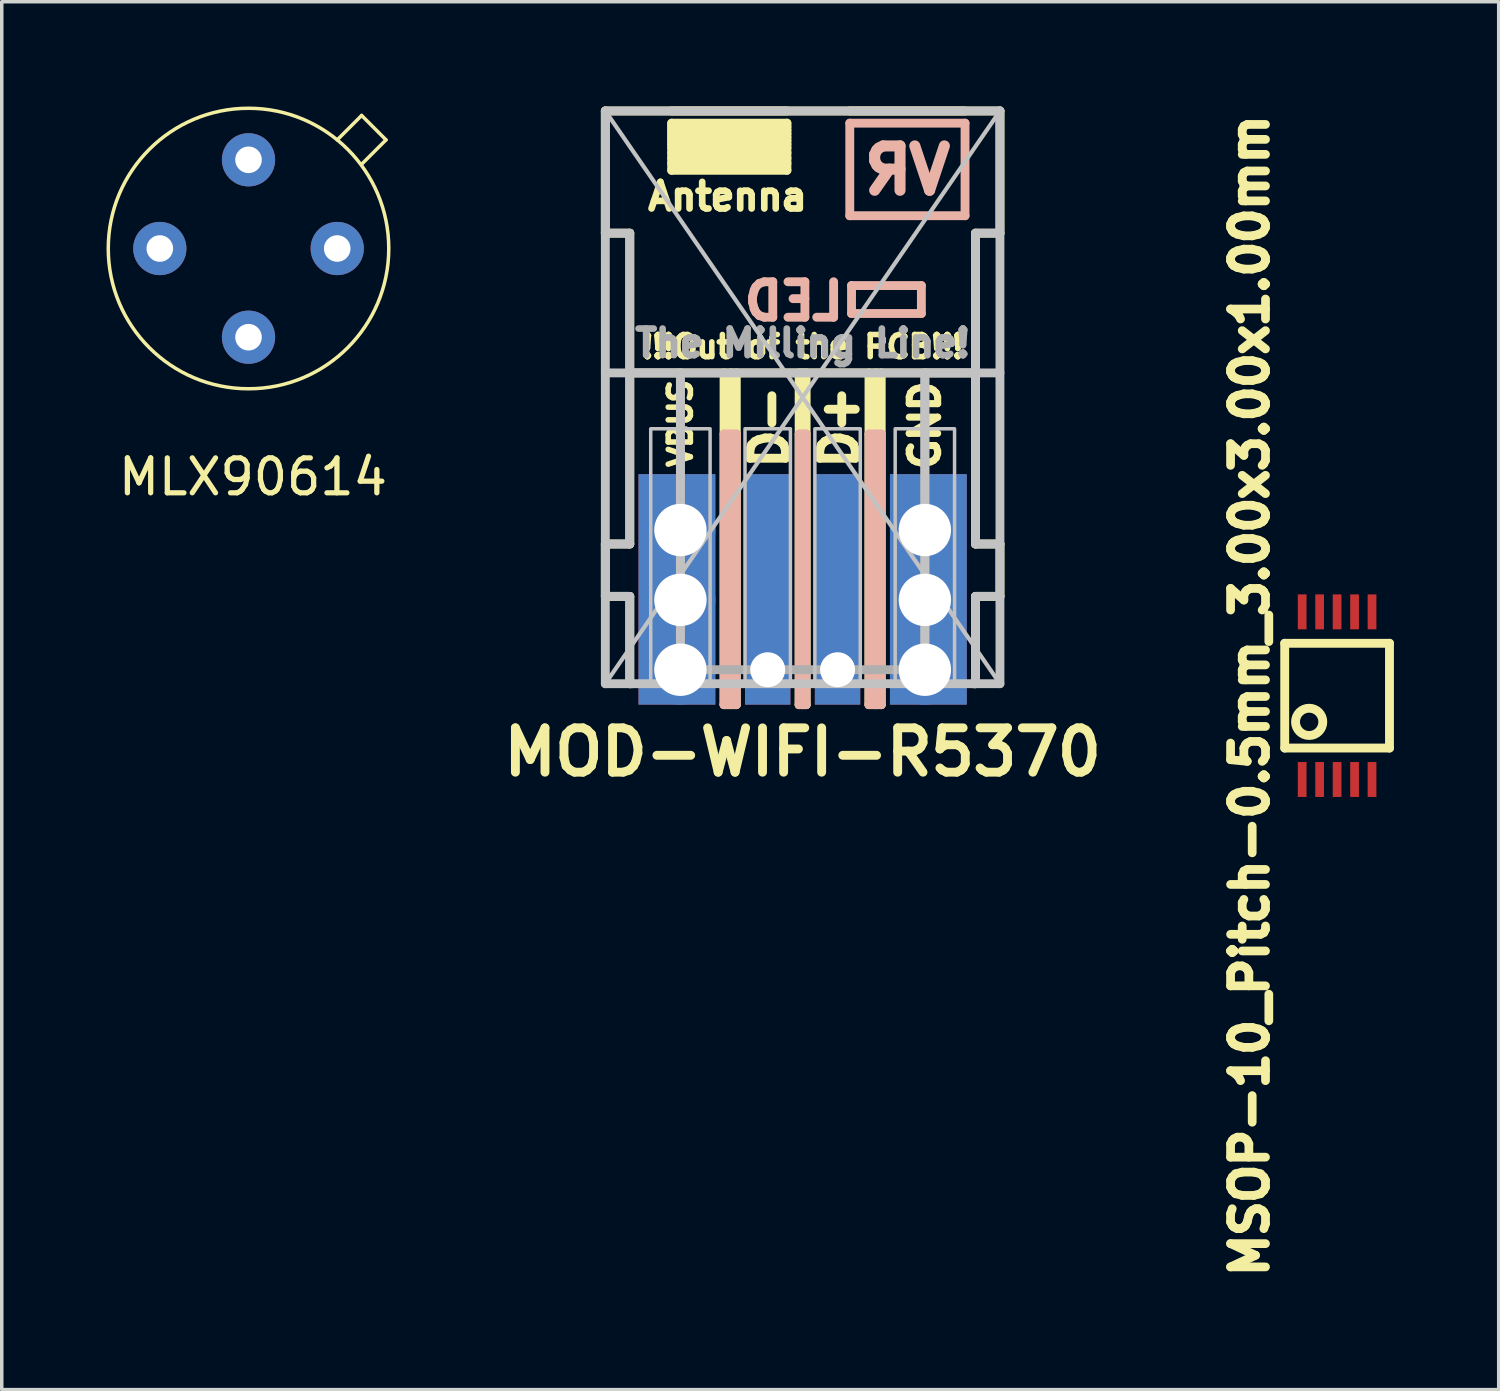
<source format=kicad_pcb>
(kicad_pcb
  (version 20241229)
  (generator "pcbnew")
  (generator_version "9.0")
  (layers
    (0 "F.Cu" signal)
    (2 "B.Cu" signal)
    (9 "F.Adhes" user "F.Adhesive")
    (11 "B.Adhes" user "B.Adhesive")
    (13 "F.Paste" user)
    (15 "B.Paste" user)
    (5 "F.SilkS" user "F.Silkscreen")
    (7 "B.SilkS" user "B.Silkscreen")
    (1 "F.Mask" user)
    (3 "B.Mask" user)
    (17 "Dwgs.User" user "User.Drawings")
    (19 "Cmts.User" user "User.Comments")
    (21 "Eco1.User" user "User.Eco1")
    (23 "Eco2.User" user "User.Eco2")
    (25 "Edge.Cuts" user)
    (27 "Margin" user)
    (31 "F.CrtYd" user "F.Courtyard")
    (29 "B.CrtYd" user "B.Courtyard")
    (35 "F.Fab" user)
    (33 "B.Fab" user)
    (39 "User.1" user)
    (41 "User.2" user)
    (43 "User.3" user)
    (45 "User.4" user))
  (footprint "MSOP-10_Pitch-0.5mm_3.00x3.00x1.00mm"
    (layer "F.Cu")
    (at 35.237 16.87)
    (property "Reference" "MSOP-10_Pitch-0.5mm_3.00x3.00x1.00mm" (at -2.5 0 90) (layer "F.SilkS") (effects (font (size 1 1) (thickness 0.25))))
    (attr smd)
    (fp_line (start -1.5 -1.5) (end -1.5 1.5) (stroke (width 0.254) (type solid)) (layer "F.SilkS"))
    (fp_line (start 1.5 -1.5) (end -1.5 -1.5) (stroke (width 0.254) (type solid)) (layer "F.SilkS"))
    (fp_line (start 1.5 1.5) (end -1.5 1.5) (stroke (width 0.254) (type solid)) (layer "F.SilkS"))
    (fp_line (start 1.5 1.5) (end 1.5 -1.5) (stroke (width 0.254) (type solid)) (layer "F.SilkS"))
    (fp_circle (center -0.8 0.75) (end -0.5 1) (stroke (width 0.254) (type solid)) (fill no) (layer "F.SilkS"))
    (pad "1" smd rect (at -1 2.4) (size 0.25 1) (layers "F.Cu" "F.Mask" "F.Paste"))
    (pad "2" smd rect (at -0.5 2.4) (size 0.25 1) (layers "F.Cu" "F.Mask" "F.Paste"))
    (pad "3" smd rect (at 0 2.4) (size 0.25 1) (layers "F.Cu" "F.Mask" "F.Paste"))
    (pad "4" smd rect (at 0.5 2.4) (size 0.25 1) (layers "F.Cu" "F.Mask" "F.Paste"))
    (pad "5" smd rect (at 1 2.4) (size 0.25 1) (layers "F.Cu" "F.Mask" "F.Paste"))
    (pad "6" smd rect (at 1 -2.4) (size 0.25 1) (layers "F.Cu" "F.Mask" "F.Paste"))
    (pad "7" smd rect (at 0.5 -2.4) (size 0.25 1) (layers "F.Cu" "F.Mask" "F.Paste"))
    (pad "8" smd rect (at 0 -2.4) (size 0.25 1) (layers "F.Cu" "F.Mask" "F.Paste"))
    (pad "9" smd rect (at -0.5 -2.4) (size 0.25 1) (layers "F.Cu" "F.Mask" "F.Paste"))
    (pad "10" smd rect (at -1 -2.4) (size 0.25 1) (layers "F.Cu" "F.Mask" "F.Paste")))
  (footprint "MLX90614"
    (layer "F.Cu")
    (at 4.066 4.066)
    (property "Reference" "MLX90614" (at 0.127 6.54 0) (layer "F.SilkS") (effects (font (size 1 1) (thickness 0.15))))
    (attr through_hole)
    (fp_line (start 2.54 -3.111) (end 3.239 -3.81) (stroke (width 0.1) (type solid)) (layer "F.SilkS"))
    (fp_line (start 3.239 -3.81) (end 3.937 -3.111) (stroke (width 0.1) (type solid)) (layer "F.SilkS"))
    (fp_line (start 3.937 -3.111) (end 3.239 -2.413) (stroke (width 0.1) (type solid)) (layer "F.SilkS"))
    (fp_circle (center 0 0) (end 3.81 1.27) (stroke (width 0.1) (type solid)) (fill no) (layer "F.SilkS"))
    (pad "1" thru_hole circle (at 0 -2.54) (size 1.524 1.524) (drill 0.762) (layers "*.Cu" "*.Mask"))
    (pad "2" thru_hole circle (at -2.54 0) (size 1.524 1.524) (drill 0.762) (layers "*.Cu" "*.Mask"))
    (pad "3" thru_hole circle (at 0 2.54) (size 1.524 1.524) (drill 0.762) (layers "*.Cu" "*.Mask"))
    (pad "4" thru_hole circle (at 2.54 0) (size 1.524 1.524) (drill 0.762) (layers "*.Cu" "*.Mask")))
  (footprint "MOD-WIFI-R5370"
    (layer "F.Cu")
    (at 19.933 8.327)
    (property "Reference" "MOD-WIFI-R5370" (at 0 10.16 0) (layer "F.SilkS") (effects (font (size 1.27 1.27) (thickness 0.254))))
    (attr through_hole)
    (fp_line (start -5.65 -8.2) (end -5.65 -4.7) (stroke (width 0.254) (type solid)) (layer "F.SilkS"))
    (fp_line (start -5.65 -8.2) (end 5.65 -8.2) (stroke (width 0.254) (type solid)) (layer "F.SilkS"))
    (fp_line (start -5.65 -4.7) (end -4.95 -4.7) (stroke (width 0.254) (type solid)) (layer "F.SilkS"))
    (fp_line (start -5.65 4.2) (end -4.95 4.2) (stroke (width 0.254) (type solid)) (layer "F.SilkS"))
    (fp_line (start -5.65 5.7) (end -5.65 4.2) (stroke (width 0.254) (type solid)) (layer "F.SilkS"))
    (fp_line (start -5.65 5.7) (end -4.95 5.7) (stroke (width 0.254) (type solid)) (layer "F.SilkS"))
    (fp_line (start -4.95 -4.7) (end -4.95 4.2) (stroke (width 0.254) (type solid)) (layer "F.SilkS"))
    (fp_line (start -4.95 5.7) (end -4.95 8.2) (stroke (width 0.254) (type solid)) (layer "F.SilkS"))
    (fp_line (start -4.95 8.2) (end -4.875 8.2) (stroke (width 0.254) (type solid)) (layer "F.SilkS"))
    (fp_line (start -3.75 -8.2) (end -0.45 -8.2) (stroke (width 0.254) (type solid)) (layer "F.SilkS"))
    (fp_line (start -3.75 -7.85) (end -3.75 -6.5) (stroke (width 0.254) (type solid)) (layer "F.SilkS"))
    (fp_line (start -3.75 -7.85) (end -0.45 -7.85) (stroke (width 0.254) (type solid)) (layer "F.SilkS"))
    (fp_line (start -3.75 -7.75) (end -0.45 -7.75) (stroke (width 0.254) (type solid)) (layer "F.SilkS"))
    (fp_line (start -3.75 -7.65) (end -0.45 -7.65) (stroke (width 0.254) (type solid)) (layer "F.SilkS"))
    (fp_line (start -3.75 -7.55) (end -0.45 -7.55) (stroke (width 0.254) (type solid)) (layer "F.SilkS"))
    (fp_line (start -3.75 -7.45) (end -0.45 -7.45) (stroke (width 0.254) (type solid)) (layer "F.SilkS"))
    (fp_line (start -3.75 -7.35) (end -0.45 -7.35) (stroke (width 0.254) (type solid)) (layer "F.SilkS"))
    (fp_line (start -3.75 -7.25) (end -0.45 -7.25) (stroke (width 0.254) (type solid)) (layer "F.SilkS"))
    (fp_line (start -3.75 -7.15) (end -0.45 -7.15) (stroke (width 0.254) (type solid)) (layer "F.SilkS"))
    (fp_line (start -3.75 -7) (end -0.45 -7) (stroke (width 0.254) (type solid)) (layer "F.SilkS"))
    (fp_line (start -3.75 -6.85) (end -0.45 -6.85) (stroke (width 0.254) (type solid)) (layer "F.SilkS"))
    (fp_line (start -3.75 -6.7) (end -0.45 -6.7) (stroke (width 0.254) (type solid)) (layer "F.SilkS"))
    (fp_line (start -3.75 -6.5) (end -0.45 -6.5) (stroke (width 0.254) (type solid)) (layer "F.SilkS"))
    (fp_line (start -2.25 8.8) (end -2.25 -0.7) (stroke (width 0.254) (type solid)) (layer "F.SilkS"))
    (fp_line (start -2.25 8.8) (end -1.9 8.8) (stroke (width 0.254) (type solid)) (layer "F.SilkS"))
    (fp_line (start -2.05 -0.701) (end -2.05 8.8) (stroke (width 0.254) (type solid)) (layer "F.SilkS"))
    (fp_line (start -1.9 -0.7) (end -1.9 8.8) (stroke (width 0.254) (type solid)) (layer "F.SilkS"))
    (fp_line (start -0.45 -7.85) (end -0.45 -6.5) (stroke (width 0.254) (type solid)) (layer "F.SilkS"))
    (fp_line (start -0.1 8.2) (end 0.1 8.2) (stroke (width 0.254) (type solid)) (layer "F.SilkS"))
    (fp_line (start -0.1 8.8) (end -0.1 -0.7) (stroke (width 0.254) (type solid)) (layer "F.SilkS"))
    (fp_line (start -0.1 8.8) (end 0.1 8.8) (stroke (width 0.254) (type solid)) (layer "F.SilkS"))
    (fp_line (start 0 -0.7) (end 0 8.8) (stroke (width 0.254) (type solid)) (layer "F.SilkS"))
    (fp_line (start 0.1 -0.7) (end 0.1 8.8) (stroke (width 0.254) (type solid)) (layer "F.SilkS"))
    (fp_line (start 1.35 -8.2) (end 4.65 -8.2) (stroke (width 0.254) (type solid)) (layer "F.SilkS"))
    (fp_line (start 1.9 8.2) (end 2.25 8.2) (stroke (width 0.254) (type solid)) (layer "F.SilkS"))
    (fp_line (start 1.9 8.8) (end 1.9 -0.7) (stroke (width 0.254) (type solid)) (layer "F.SilkS"))
    (fp_line (start 1.9 8.8) (end 2.25 8.8) (stroke (width 0.254) (type solid)) (layer "F.SilkS"))
    (fp_line (start 2.1 -0.7) (end 2.1 8.8) (stroke (width 0.254) (type solid)) (layer "F.SilkS"))
    (fp_line (start 2.25 -0.7) (end 2.25 8.8) (stroke (width 0.254) (type solid)) (layer "F.SilkS"))
    (fp_line (start 4.875 8.2) (end 4.95 8.2) (stroke (width 0.254) (type solid)) (layer "F.SilkS"))
    (fp_line (start 4.95 -4.7) (end 4.95 4.201) (stroke (width 0.254) (type solid)) (layer "F.SilkS"))
    (fp_line (start 4.95 -4.7) (end 5.65 -4.7) (stroke (width 0.254) (type solid)) (layer "F.SilkS"))
    (fp_line (start 4.95 -0.7) (end -4.95 -0.7) (stroke (width 0.254) (type solid)) (layer "F.SilkS"))
    (fp_line (start 4.95 5.7) (end 4.95 8.2) (stroke (width 0.254) (type solid)) (layer "F.SilkS"))
    (fp_line (start 5.65 -8.2) (end 5.65 -4.7) (stroke (width 0.254) (type solid)) (layer "F.SilkS"))
    (fp_line (start 5.65 4.2) (end 4.95 4.2) (stroke (width 0.254) (type solid)) (layer "F.SilkS"))
    (fp_line (start 5.65 4.2) (end 5.65 5.7) (stroke (width 0.254) (type solid)) (layer "F.SilkS"))
    (fp_line (start 5.65 5.7) (end 4.95 5.7) (stroke (width 0.254) (type solid)) (layer "F.SilkS"))
    (fp_line (start -2.25 1.05) (end -1.9 1.05) (stroke (width 0.254) (type solid)) (layer "B.SilkS"))
    (fp_line (start -2.25 8.8) (end -2.25 1.05) (stroke (width 0.254) (type solid)) (layer "B.SilkS"))
    (fp_line (start -2.25 8.8) (end -1.9 8.8) (stroke (width 0.254) (type solid)) (layer "B.SilkS"))
    (fp_line (start -2.05 1.05) (end -2.05 8.8) (stroke (width 0.254) (type solid)) (layer "B.SilkS"))
    (fp_line (start -1.9 1.05) (end -1.9 8.8) (stroke (width 0.254) (type solid)) (layer "B.SilkS"))
    (fp_line (start -0.1 1.05) (end 0.1 1.05) (stroke (width 0.254) (type solid)) (layer "B.SilkS"))
    (fp_line (start -0.1 8.8) (end -0.1 1.05) (stroke (width 0.254) (type solid)) (layer "B.SilkS"))
    (fp_line (start -0.1 8.8) (end 0.1 8.8) (stroke (width 0.254) (type solid)) (layer "B.SilkS"))
    (fp_line (start 0 1.05) (end 0 8.8) (stroke (width 0.254) (type solid)) (layer "B.SilkS"))
    (fp_line (start 0.1 1.05) (end 0.1 8.8) (stroke (width 0.254) (type solid)) (layer "B.SilkS"))
    (fp_line (start 1.35 -5.2) (end 1.35 -7.85) (stroke (width 0.254) (type solid)) (layer "B.SilkS"))
    (fp_line (start 1.4 -3.2) (end 3.4 -3.2) (stroke (width 0.254) (type solid)) (layer "B.SilkS"))
    (fp_line (start 1.4 -2.4) (end 1.4 -3.2) (stroke (width 0.254) (type solid)) (layer "B.SilkS"))
    (fp_line (start 1.9 1.05) (end 2.25 1.05) (stroke (width 0.254) (type solid)) (layer "B.SilkS"))
    (fp_line (start 1.9 8.8) (end 1.9 1.05) (stroke (width 0.254) (type solid)) (layer "B.SilkS"))
    (fp_line (start 1.9 8.8) (end 2.25 8.8) (stroke (width 0.254) (type solid)) (layer "B.SilkS"))
    (fp_line (start 2.1 1.05) (end 2.1 8.8) (stroke (width 0.254) (type solid)) (layer "B.SilkS"))
    (fp_line (start 2.25 1.05) (end 2.25 8.8) (stroke (width 0.254) (type solid)) (layer "B.SilkS"))
    (fp_line (start 3.4 -3.2) (end 3.4 -2.4) (stroke (width 0.254) (type solid)) (layer "B.SilkS"))
    (fp_line (start 3.4 -2.4) (end 1.4 -2.4) (stroke (width 0.254) (type solid)) (layer "B.SilkS"))
    (fp_line (start 4.65 -7.85) (end 1.35 -7.85) (stroke (width 0.254) (type solid)) (layer "B.SilkS"))
    (fp_line (start 4.65 -7.85) (end 4.65 -5.2) (stroke (width 0.254) (type solid)) (layer "B.SilkS"))
    (fp_line (start 4.65 -5.2) (end 1.35 -5.2) (stroke (width 0.254) (type solid)) (layer "B.SilkS"))
    (fp_line (start -5.65 -8.2) (end -5.65 8.2) (stroke (width 0.254) (type solid)) (layer "Dwgs.User"))
    (fp_line (start -5.65 -8.2) (end 5.65 8.2) (stroke (width 0.12) (type solid)) (layer "Dwgs.User"))
    (fp_line (start -5.65 -4.7) (end -4.95 -4.7) (stroke (width 0.254) (type solid)) (layer "Dwgs.User"))
    (fp_line (start -5.65 -0.7) (end 5.65 -0.7) (stroke (width 0.254) (type solid)) (layer "Dwgs.User"))
    (fp_line (start -5.65 5.7) (end -4.95 5.7) (stroke (width 0.254) (type solid)) (layer "Dwgs.User"))
    (fp_line (start -5.65 8.2) (end 5.65 8.2) (stroke (width 0.254) (type solid)) (layer "Dwgs.User"))
    (fp_line (start -4.95 -4.7) (end -4.95 4.2) (stroke (width 0.254) (type solid)) (layer "Dwgs.User"))
    (fp_line (start -4.95 4.2) (end -5.65 4.2) (stroke (width 0.254) (type solid)) (layer "Dwgs.User"))
    (fp_line (start -4.95 5.7) (end -4.95 8.2) (stroke (width 0.254) (type solid)) (layer "Dwgs.User"))
    (fp_line (start -3.5 8.2) (end -3.5 -0.7) (stroke (width 0.254) (type solid)) (layer "Dwgs.User"))
    (fp_line (start 3.5 8.2) (end 3.5 -0.7) (stroke (width 0.254) (type solid)) (layer "Dwgs.User"))
    (fp_line (start 4.95 -4.7) (end 4.95 4.2) (stroke (width 0.254) (type solid)) (layer "Dwgs.User"))
    (fp_line (start 4.95 4.2) (end 5.65 4.2) (stroke (width 0.254) (type solid)) (layer "Dwgs.User"))
    (fp_line (start 4.95 5.7) (end 4.95 8.2) (stroke (width 0.254) (type solid)) (layer "Dwgs.User"))
    (fp_line (start 5.65 -8.2) (end -5.65 -8.2) (stroke (width 0.254) (type solid)) (layer "Dwgs.User"))
    (fp_line (start 5.65 -8.2) (end -5.65 8.2) (stroke (width 0.12) (type solid)) (layer "Dwgs.User"))
    (fp_line (start 5.65 -4.7) (end 4.95 -4.7) (stroke (width 0.254) (type solid)) (layer "Dwgs.User"))
    (fp_line (start 5.65 5.7) (end 4.95 5.7) (stroke (width 0.254) (type solid)) (layer "Dwgs.User"))
    (fp_line (start 5.65 8.2) (end 5.65 -8.2) (stroke (width 0.254) (type solid)) (layer "Dwgs.User"))
    (fp_poly (pts (xy -4.35 0.9) (xy -2.65 0.9) (xy -2.65 8.2) (xy -4.35 8.2)) (stroke (width 0.1) (type solid)) (fill no) (layer "Dwgs.User"))
    (fp_poly (pts (xy -0.35 8.2) (xy -1.65 8.2) (xy -1.65 0.9) (xy -0.35 0.9)) (stroke (width 0.1) (type solid)) (fill no) (layer "Dwgs.User"))
    (fp_poly (pts (xy 1.65 8.2) (xy 0.35 8.2) (xy 0.35 0.9) (xy 1.65 0.9)) (stroke (width 0.1) (type solid)) (fill no) (layer "Dwgs.User"))
    (fp_poly (pts (xy 2.65 0.9) (xy 4.35 0.9) (xy 4.35 8.2) (xy 2.65 8.2)) (stroke (width 0.1) (type solid)) (fill no) (layer "Dwgs.User"))
    (fp_line (start -5 -0.7) (end -3.5 -0.7) (stroke (width 0.254) (type solid)) (layer "F.Fab"))
    (fp_line (start -3.5 -0.7) (end -3.5 7.8) (stroke (width 0.254) (type solid)) (layer "F.Fab"))
    (fp_line (start -3.5 7.8) (end 3.5 7.8) (stroke (width 0.254) (type solid)) (layer "F.Fab"))
    (fp_line (start 3.5 -0.7) (end 5 -0.7) (stroke (width 0.254) (type solid)) (layer "F.Fab"))
    (fp_line (start 3.5 7.8) (end 3.5 -0.7) (stroke (width 0.254) (type solid)) (layer "F.Fab"))
    (fp_text user "D-" (at -0.95 0.85 90) (layer "F.SilkS") (effects (font (size 1.016 1.016) (thickness 0.254))))
    (fp_text user "Antenna" (at -2.15 -5.75 0) (layer "F.SilkS") (effects (font (size 0.762 0.762) (thickness 0.191))))
    (fp_text user "VBUS" (at -3.5 0.75 270) (layer "F.SilkS") (effects (font (size 0.635 0.635) (thickness 0.159))))
    (fp_text user "!!!Out of the PCB!!!" (at 0 -1.45 0) (layer "F.SilkS") (effects (font (size 0.635 0.635) (thickness 0.159))))
    (fp_text user "GND" (at 3.5 0.8 90) (layer "F.SilkS") (effects (font (size 0.813 0.813) (thickness 0.203))))
    (fp_text user "D+" (at 1.05 0.85 90) (layer "F.SilkS") (effects (font (size 1.016 1.016) (thickness 0.254))))
    (fp_text user "LED" (at -0.25 -2.75 0) (layer "B.SilkS") (effects (font (size 1.016 1.016) (thickness 0.254)) (justify mirror)))
    (fp_text user "VR" (at 3 -6.5 0) (layer "B.SilkS") (effects (font (size 1.27 1.27) (thickness 0.318)) (justify mirror)))
    (fp_text user "The Milling Line!" (at 0 -1.55 0) (layer "F.Fab") (effects (font (size 0.762 0.762) (thickness 0.191))))
    (pad "1" smd rect (at -3.6 5.5) (size 2.2 6.6) (layers "F.Cu" "F.Mask"))
    (pad "1" smd rect (at -3.6 5.5) (size 2.2 6.6) (layers "B.Cu" "B.Mask"))
    (pad "1" thru_hole circle (at -3.5 3.8) (size 2 2) (drill 1.5) (layers "*.Cu" "*.Mask"))
    (pad "1" thru_hole circle (at -3.5 5.8) (size 2 2) (drill 1.5) (layers "*.Cu" "*.Mask"))
    (pad "1" thru_hole circle (at -3.5 7.8) (size 2 2) (drill 1.5) (layers "*.Cu" "*.Mask"))
    (pad "2" smd rect (at -1 5.5) (size 1.3 6.6) (layers "B.Cu" "B.Mask"))
    (pad "2" smd rect (at -1 5.5) (size 1.3 6.6) (layers "F.Cu" "F.Mask"))
    (pad "2" thru_hole circle (at -1 7.8) (size 1.3 1.3) (drill 1) (layers "*.Cu" "*.Mask"))
    (pad "3" smd rect (at 1 5.5) (size 1.3 6.6) (layers "F.Cu" "F.Mask"))
    (pad "3" smd rect (at 1 5.5) (size 1.3 6.6) (layers "B.Cu" "B.Mask"))
    (pad "3" thru_hole circle (at 1 7.8) (size 1.3 1.3) (drill 1) (layers "*.Cu" "*.Mask"))
    (pad "4" thru_hole circle (at 3.5 3.8) (size 2 2) (drill 1.5) (layers "*.Cu" "*.Mask"))
    (pad "4" thru_hole circle (at 3.5 5.8) (size 2 2) (drill 1.5) (layers "*.Cu" "*.Mask"))
    (pad "4" thru_hole circle (at 3.5 7.8) (size 2 2) (drill 1.5) (layers "*.Cu" "*.Mask"))
    (pad "4" smd rect (at 3.6 5.5) (size 2.2 6.6) (layers "F.Cu" "F.Mask"))
    (pad "4" smd rect (at 3.6 5.5) (size 2.2 6.6) (layers "B.Cu" "B.Mask")))
  (gr_rect
    (start -3 -3)
    (end 39.864 36.74)
    (stroke (width 0.1) (type default))
    (fill no)
    (layer "Edge.Cuts")))
</source>
